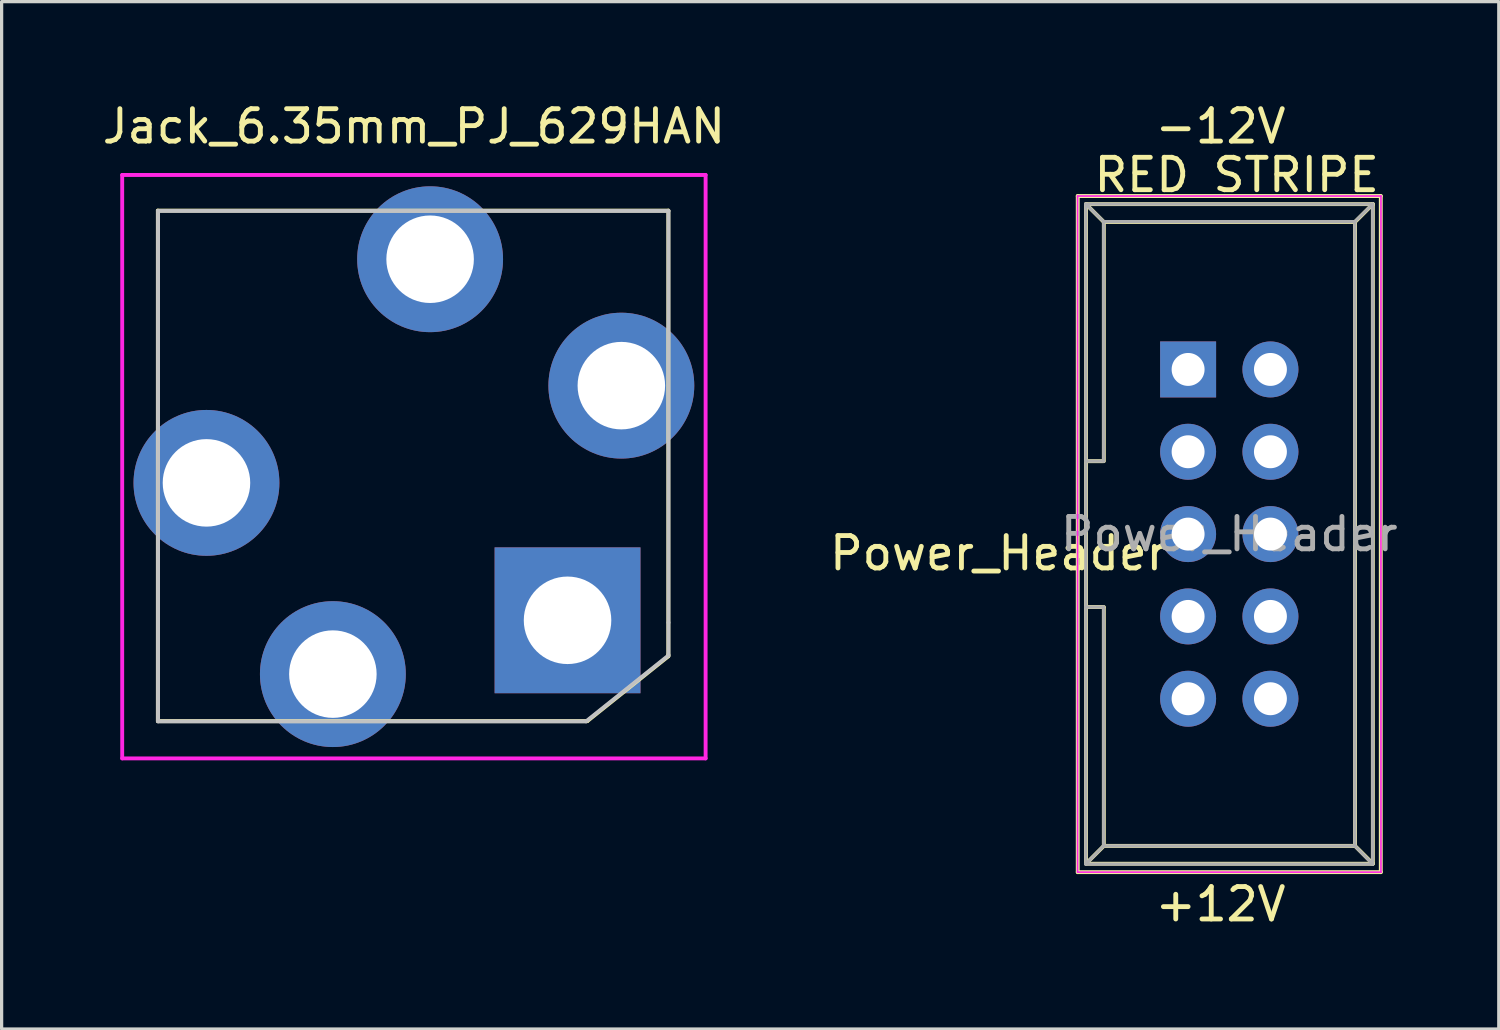
<source format=kicad_pcb>
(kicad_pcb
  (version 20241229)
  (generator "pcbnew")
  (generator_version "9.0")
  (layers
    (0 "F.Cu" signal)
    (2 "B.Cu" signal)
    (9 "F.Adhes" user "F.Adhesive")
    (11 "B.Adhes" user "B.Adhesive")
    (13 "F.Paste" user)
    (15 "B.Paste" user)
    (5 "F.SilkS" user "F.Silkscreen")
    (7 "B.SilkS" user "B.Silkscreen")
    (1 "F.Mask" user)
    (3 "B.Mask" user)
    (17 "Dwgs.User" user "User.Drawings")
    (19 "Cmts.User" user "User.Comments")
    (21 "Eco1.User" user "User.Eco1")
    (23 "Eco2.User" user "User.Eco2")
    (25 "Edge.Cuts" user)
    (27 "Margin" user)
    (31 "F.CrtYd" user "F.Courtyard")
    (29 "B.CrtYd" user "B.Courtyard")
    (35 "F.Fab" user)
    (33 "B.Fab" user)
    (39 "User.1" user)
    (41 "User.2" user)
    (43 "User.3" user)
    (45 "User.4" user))
  (footprint "Jack_6.35mm_PJ_629HAN"
    (layer "F.Cu")
    (at 9.72 11.348)
    (property "Reference" "Jack_6.35mm_PJ_629HAN" (at 0 -10.5 0) (layer "F.SilkS") (effects (font (size 1 1) (thickness 0.15))))
    (attr through_hole)
    (fp_line (start -7.9 -7.9) (end 7.85 -7.9) (stroke (width 0.12) (type solid)) (layer "F.SilkS"))
    (fp_line (start -7.9 7.85) (end -7.9 -7.9) (stroke (width 0.12) (type solid)) (layer "F.SilkS"))
    (fp_line (start 5.35 7.85) (end -7.9 7.85) (stroke (width 0.12) (type solid)) (layer "F.SilkS"))
    (fp_line (start 7.85 -7.9) (end 7.85 5.8) (stroke (width 0.12) (type solid)) (layer "F.SilkS"))
    (fp_line (start 7.85 5.8) (end 7.85 5.85) (stroke (width 0.12) (type solid)) (layer "F.SilkS"))
    (fp_line (start 7.85 5.85) (end 5.35 7.85) (stroke (width 0.12) (type solid)) (layer "F.SilkS"))
    (fp_line (start -7.894 -7.89) (end 7.854 -7.89) (stroke (width 0.12) (type solid)) (layer "Dwgs.User"))
    (fp_line (start -7.894 7.858) (end -7.894 -7.89) (stroke (width 0.12) (type solid)) (layer "Dwgs.User"))
    (fp_line (start 5.314 7.858) (end -7.894 7.858) (stroke (width 0.12) (type solid)) (layer "Dwgs.User"))
    (fp_line (start 7.854 -7.89) (end 7.854 4.81) (stroke (width 0.12) (type solid)) (layer "Dwgs.User"))
    (fp_line (start 7.854 4.81) (end 7.854 5.826) (stroke (width 0.12) (type solid)) (layer "Dwgs.User"))
    (fp_line (start 7.854 5.826) (end 5.314 7.858) (stroke (width 0.12) (type solid)) (layer "Dwgs.User"))
    (fp_line (start -9 -9) (end 9 -9) (stroke (width 0.12) (type solid)) (layer "F.CrtYd"))
    (fp_line (start -9 9) (end -9 -9) (stroke (width 0.12) (type solid)) (layer "F.CrtYd"))
    (fp_line (start 9 -9) (end 9 9) (stroke (width 0.12) (type solid)) (layer "F.CrtYd"))
    (fp_line (start 9 9) (end -9 9) (stroke (width 0.12) (type solid)) (layer "F.CrtYd"))
    (pad "R" thru_hole circle (at 0.5 -6.4) (size 4.5 4.5) (drill 2.7) (layers "*.Cu" "*.Mask"))
    (pad "RN" thru_hole circle (at 6.4 -2.5) (size 4.5 4.5) (drill 2.7) (layers "*.Cu" "*.Mask"))
    (pad "S" thru_hole rect (at 4.74 4.74) (size 4.5 4.5) (drill 2.7) (layers "*.Cu" "*.Mask"))
    (pad "T" thru_hole circle (at -6.4 0.5) (size 4.5 4.5) (drill 2.7) (layers "*.Cu" "*.Mask"))
    (pad "TN" thru_hole circle (at -2.5 6.4) (size 4.5 4.5) (drill 2.7) (layers "*.Cu" "*.Mask")))
  (footprint "Power_Header"
    (layer "F.Cu")
    (at 33.606 8.348)
    (property "Reference" "Power_Header" (at -5.85 5.67 0) (layer "F.SilkS") (effects (font (size 1 1) (thickness 0.15))))
    (attr through_hole)
    (fp_line (start -3.405 -5.35) (end 5.945 -5.35) (stroke (width 0.12) (type solid)) (layer "F.SilkS"))
    (fp_line (start -3.405 15.51) (end -3.405 -5.35) (stroke (width 0.12) (type solid)) (layer "F.SilkS"))
    (fp_line (start -3.15 -5.1) (end -2.6 -4.55) (stroke (width 0.12) (type solid)) (layer "F.SilkS"))
    (fp_line (start -3.15 -5.1) (end 5.7 -5.1) (stroke (width 0.12) (type solid)) (layer "F.SilkS"))
    (fp_line (start -3.15 15.25) (end -3.15 -5.1) (stroke (width 0.12) (type solid)) (layer "F.SilkS"))
    (fp_line (start -3.1 2.83) (end -2.62 2.83) (stroke (width 0.12) (type solid)) (layer "F.SilkS"))
    (fp_line (start -2.6 -4.55) (end 5.15 -4.55) (stroke (width 0.12) (type solid)) (layer "F.SilkS"))
    (fp_line (start -2.6 2.83) (end -2.6 -4.55) (stroke (width 0.12) (type solid)) (layer "F.SilkS"))
    (fp_line (start -2.6 7.33) (end -3.11 7.33) (stroke (width 0.12) (type solid)) (layer "F.SilkS"))
    (fp_line (start -2.6 14.7) (end -3.1 15.2) (stroke (width 0.12) (type solid)) (layer "F.SilkS"))
    (fp_line (start -2.6 14.7) (end -2.6 7.35) (stroke (width 0.12) (type solid)) (layer "F.SilkS"))
    (fp_line (start 5.15 -4.55) (end 5.15 14.7) (stroke (width 0.12) (type solid)) (layer "F.SilkS"))
    (fp_line (start 5.15 -4.55) (end 5.7 -5.1) (stroke (width 0.12) (type solid)) (layer "F.SilkS"))
    (fp_line (start 5.15 14.7) (end -2.6 14.7) (stroke (width 0.12) (type solid)) (layer "F.SilkS"))
    (fp_line (start 5.15 14.7) (end 5.7 15.25) (stroke (width 0.12) (type solid)) (layer "F.SilkS"))
    (fp_line (start 5.7 -5.1) (end 5.7 15.25) (stroke (width 0.12) (type solid)) (layer "F.SilkS"))
    (fp_line (start 5.7 15.25) (end -3.15 15.25) (stroke (width 0.12) (type solid)) (layer "F.SilkS"))
    (fp_line (start 5.945 -5.35) (end 5.945 15.51) (stroke (width 0.12) (type solid)) (layer "F.SilkS"))
    (fp_line (start 5.945 15.51) (end -3.405 15.51) (stroke (width 0.12) (type solid)) (layer "F.SilkS"))
    (fp_line (start -3.41 -5.35) (end 5.95 -5.35) (stroke (width 0.05) (type solid)) (layer "F.CrtYd"))
    (fp_line (start -3.41 15.51) (end -3.41 -5.35) (stroke (width 0.05) (type solid)) (layer "F.CrtYd"))
    (fp_line (start 5.95 -5.35) (end 5.95 15.51) (stroke (width 0.05) (type solid)) (layer "F.CrtYd"))
    (fp_line (start 5.95 15.51) (end -3.41 15.51) (stroke (width 0.05) (type solid)) (layer "F.CrtYd"))
    (fp_line (start -3.155 -5.1) (end -3.155 15.26) (stroke (width 0.1) (type solid)) (layer "F.Fab"))
    (fp_line (start -3.155 -5.1) (end -2.605 -4.56) (stroke (width 0.1) (type solid)) (layer "F.Fab"))
    (fp_line (start -3.155 15.26) (end -2.605 14.7) (stroke (width 0.1) (type solid)) (layer "F.Fab"))
    (fp_line (start -2.605 -4.56) (end -2.605 2.83) (stroke (width 0.1) (type solid)) (layer "F.Fab"))
    (fp_line (start -2.605 2.83) (end -3.155 2.83) (stroke (width 0.1) (type solid)) (layer "F.Fab"))
    (fp_line (start -2.605 7.33) (end -3.155 7.33) (stroke (width 0.1) (type solid)) (layer "F.Fab"))
    (fp_line (start -2.605 7.33) (end -2.605 14.7) (stroke (width 0.1) (type solid)) (layer "F.Fab"))
    (fp_line (start 5.145 -4.56) (end -2.605 -4.56) (stroke (width 0.1) (type solid)) (layer "F.Fab"))
    (fp_line (start 5.145 -4.56) (end 5.145 14.7) (stroke (width 0.1) (type solid)) (layer "F.Fab"))
    (fp_line (start 5.145 14.7) (end -2.605 14.7) (stroke (width 0.1) (type solid)) (layer "F.Fab"))
    (fp_line (start 5.695 -5.1) (end -3.155 -5.1) (stroke (width 0.1) (type solid)) (layer "F.Fab"))
    (fp_line (start 5.695 -5.1) (end 5.145 -4.56) (stroke (width 0.1) (type solid)) (layer "F.Fab"))
    (fp_line (start 5.695 -5.1) (end 5.695 15.26) (stroke (width 0.1) (type solid)) (layer "F.Fab"))
    (fp_line (start 5.695 15.26) (end -3.155 15.26) (stroke (width 0.1) (type solid)) (layer "F.Fab"))
    (fp_line (start 5.695 15.26) (end 5.145 14.7) (stroke (width 0.1) (type solid)) (layer "F.Fab"))
    (fp_text user "+12V" (at 1 16.5 0) (layer "F.SilkS") (effects (font (size 1 1) (thickness 0.15))))
    (fp_text user "RED STRIPE" (at 1.5 -6 0) (layer "F.SilkS") (effects (font (size 1 1) (thickness 0.15))))
    (fp_text user "-12V" (at 1 -7.5 0) (layer "F.SilkS") (effects (font (size 1 1) (thickness 0.15))))
    (fp_text user "${REFERENCE}" (at 1.27 5.08 0) (layer "F.Fab") (effects (font (size 1 1) (thickness 0.15))))
    (pad "1" thru_hole rect (at 0 0) (size 1.727 1.727) (drill 1.016) (layers "*.Cu" "*.Mask"))
    (pad "2" thru_hole oval (at 2.54 0) (size 1.727 1.727) (drill 1.016) (layers "*.Cu" "*.Mask"))
    (pad "3" thru_hole oval (at 0 2.54) (size 1.727 1.727) (drill 1.016) (layers "*.Cu" "*.Mask"))
    (pad "4" thru_hole oval (at 2.54 2.54) (size 1.727 1.727) (drill 1.016) (layers "*.Cu" "*.Mask"))
    (pad "5" thru_hole oval (at 0 5.08) (size 1.727 1.727) (drill 1.016) (layers "*.Cu" "*.Mask"))
    (pad "6" thru_hole oval (at 2.54 5.08) (size 1.727 1.727) (drill 1.016) (layers "*.Cu" "*.Mask"))
    (pad "7" thru_hole oval (at 0 7.62) (size 1.727 1.727) (drill 1.016) (layers "*.Cu" "*.Mask"))
    (pad "8" thru_hole oval (at 2.54 7.62) (size 1.727 1.727) (drill 1.016) (layers "*.Cu" "*.Mask"))
    (pad "9" thru_hole oval (at 0 10.16) (size 1.727 1.727) (drill 1.016) (layers "*.Cu" "*.Mask"))
    (pad "10" thru_hole oval (at 2.54 10.16) (size 1.727 1.727) (drill 1.016) (layers "*.Cu" "*.Mask")))
  (gr_rect
    (start -3 -3)
    (end 43.191 28.697)
    (stroke (width 0.1) (type default))
    (fill no)
    (layer "Edge.Cuts")))
</source>
